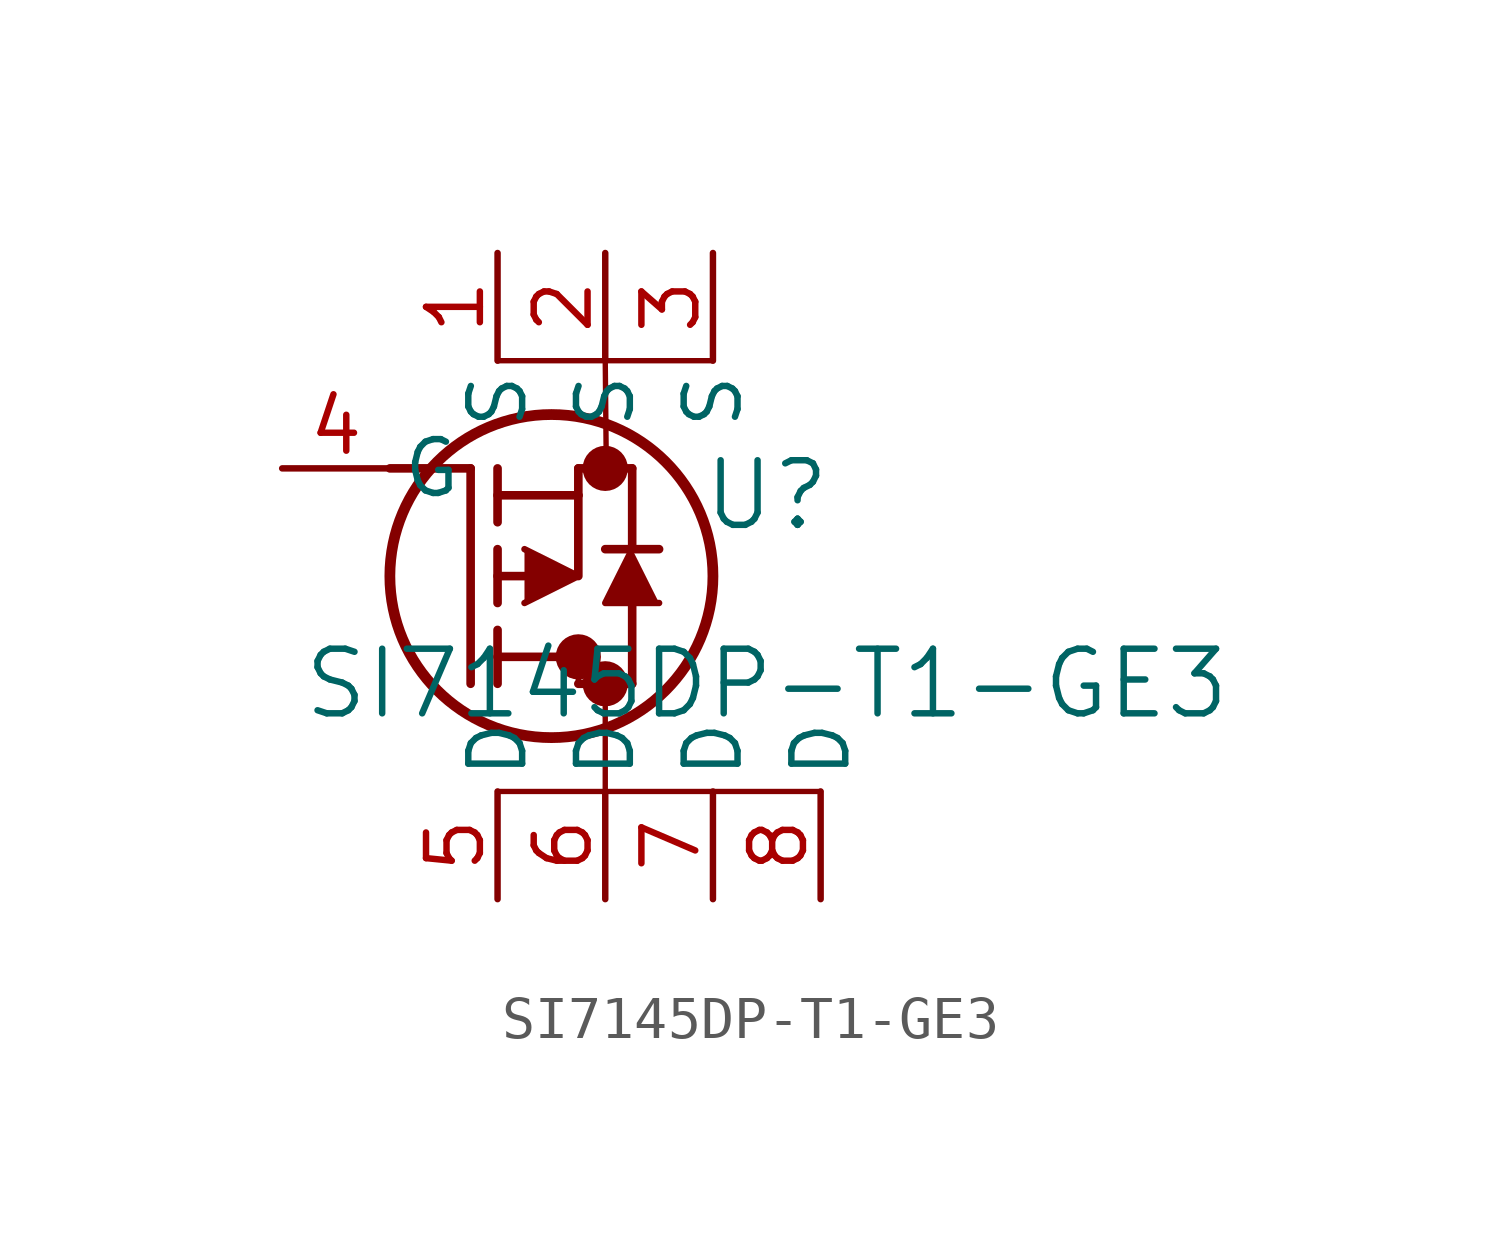
<source format=kicad_sym>
(kicad_symbol_lib
  (version 20211014)
  (generator kicad_symbol_editor)
  (symbol "SI7145DP-T1-GE3"
    (pin_names
      (offset 0.254))
    (property "Reference" "U"
      (at 11.43 -0.635 0)
      (effects (font (size 1.524 1.524))))
    (property "Value" "SI7145DP-T1-GE3"
      (at 11.43 -5.08 0)
      (effects (font (size 1.524 1.524))))
    (symbol "SI7145DP-T1-GE3_0_1"
      (polyline (pts (xy 2.54 0) (xy 4.445 0)) (stroke (width 0.203) (type default) (color 0 0 0 0)) (fill (type none)))
      (circle (center 7.62 0) (radius 0.025) (stroke (width 0.508) (type default) (color 0 0 0 0)) (fill (type none)))
      (circle (center 7.62 -5.08) (radius 0.025) (stroke (width 0.508) (type default) (color 0 0 0 0)) (fill (type none)))
      (circle (center 6.985 -4.445) (radius 0.025) (stroke (width 0.508) (type default) (color 0 0 0 0)) (fill (type none)))
      (circle (center 6.35 -2.54) (radius 3.81) (stroke (width 0.254) (type default) (color 0 0 0 0)) (fill (type none)))
      (polyline (pts (xy 4.445 -5.08) (xy 4.445 0)) (stroke (width 0.203) (type default) (color 0 0 0 0)) (fill (type none)))
      (polyline (pts (xy 5.08 -3.175) (xy 5.08 -1.905)) (stroke (width 0.203) (type default) (color 0 0 0 0)) (fill (type none)))
      (polyline (pts (xy 5.08 -5.08) (xy 5.08 -3.81)) (stroke (width 0.203) (type default) (color 0 0 0 0)) (fill (type none)))
      (polyline (pts (xy 5.08 -1.27) (xy 5.08 0)) (stroke (width 0.203) (type default) (color 0 0 0 0)) (fill (type none)))
      (polyline (pts (xy 5.715 -2.54) (xy 5.08 -2.54)) (stroke (width 0.203) (type default) (color 0 0 0 0)) (fill (type none)))
      (polyline (pts (xy 5.08 -4.445) (xy 6.985 -4.445)) (stroke (width 0.203) (type default) (color 0 0 0 0)) (fill (type none)))
      (polyline (pts (xy 6.985 -0.635) (xy 6.985 -2.54)) (stroke (width 0.203) (type default) (color 0 0 0 0)) (fill (type none)))
      (polyline (pts (xy 6.985 -5.08) (xy 8.255 -5.08)) (stroke (width 0.203) (type default) (color 0 0 0 0)) (fill (type none)))
      (polyline (pts (xy 5.08 -0.635) (xy 6.985 -0.635)) (stroke (width 0.203) (type default) (color 0 0 0 0)) (fill (type none)))
      (polyline (pts (xy 8.255 -1.905) (xy 8.255 0)) (stroke (width 0.203) (type default) (color 0 0 0 0)) (fill (type none)))
      (polyline (pts (xy 5.715 -3.175) (xy 6.985 -2.54) (xy 5.715 -1.905)) (stroke (width 0) (type default) (color 0 0 0 0)) (fill (type outline)))
      (polyline (pts (xy 8.89 -3.175) (xy 7.62 -3.175) (xy 8.255 -1.905)) (stroke (width 0) (type default) (color 0 0 0 0)) (fill (type outline)))
      (polyline (pts (xy 8.255 -5.08) (xy 8.255 -3.175)) (stroke (width 0.203) (type default) (color 0 0 0 0)) (fill (type none)))
      (polyline (pts (xy 8.89 -1.905) (xy 7.62 -1.905)) (stroke (width 0.203) (type default) (color 0 0 0 0)) (fill (type none)))
      (polyline (pts (xy 6.985 0) (xy 8.255 0)) (stroke (width 0.203) (type default) (color 0 0 0 0)) (fill (type none)))
      (polyline (pts (xy 6.985 -0.635) (xy 6.985 0)) (stroke (width 0.203) (type default) (color 0 0 0 0)) (fill (type none)))
      (polyline (pts (xy 6.985 -4.445) (xy 6.985 -5.08)) (stroke (width 0.127) (type default) (color 0 0 0 0)) (fill (type none)))
      (polyline (pts (xy 5.08 -7.62) (xy 12.7 -7.62)) (stroke (width 0.127) (type default) (color 0 0 0 0)) (fill (type none)))
      (polyline (pts (xy 5.08 2.54) (xy 10.16 2.54)) (stroke (width 0.127) (type default) (color 0 0 0 0)) (fill (type none)))
      (polyline (pts (xy 7.62 2.54) (xy 7.645 0)) (stroke (width 0.127) (type default) (color 0 0 0 0)) (fill (type none)))
      (polyline (pts (xy 7.62 -7.62) (xy 7.62 -5.08)) (stroke (width 0.127) (type default) (color 0 0 0 0)) (fill (type none)))
      (pin unspecified line (at 5.08 5.08 270) (length 2.54) (name "S" (effects (font (size 1.27 1.27)))) (number "1" (effects (font (size 1.27 1.27)))))
      (pin unspecified line (at 7.62 5.08 270) (length 2.54) (name "S" (effects (font (size 1.27 1.27)))) (number "2" (effects (font (size 1.27 1.27)))))
      (pin unspecified line (at 10.16 5.08 270) (length 2.54) (name "S" (effects (font (size 1.27 1.27)))) (number "3" (effects (font (size 1.27 1.27)))))
      (pin unspecified line (at 0 0 0) (length 2.54) (name "G" (effects (font (size 1.27 1.27)))) (number "4" (effects (font (size 1.27 1.27)))))
      (pin unspecified line (at 5.08 -10.16 90) (length 2.54) (name "D" (effects (font (size 1.27 1.27)))) (number "5" (effects (font (size 1.27 1.27)))))
      (pin unspecified line (at 7.62 -10.16 90) (length 2.54) (name "D" (effects (font (size 1.27 1.27)))) (number "6" (effects (font (size 1.27 1.27)))))
      (pin unspecified line (at 10.16 -10.16 90) (length 2.54) (name "D" (effects (font (size 1.27 1.27)))) (number "7" (effects (font (size 1.27 1.27)))))
      (pin unspecified line (at 12.7 -10.16 90) (length 2.54) (name "D" (effects (font (size 1.27 1.27)))) (number "8" (effects (font (size 1.27 1.27))))))))
</source>
